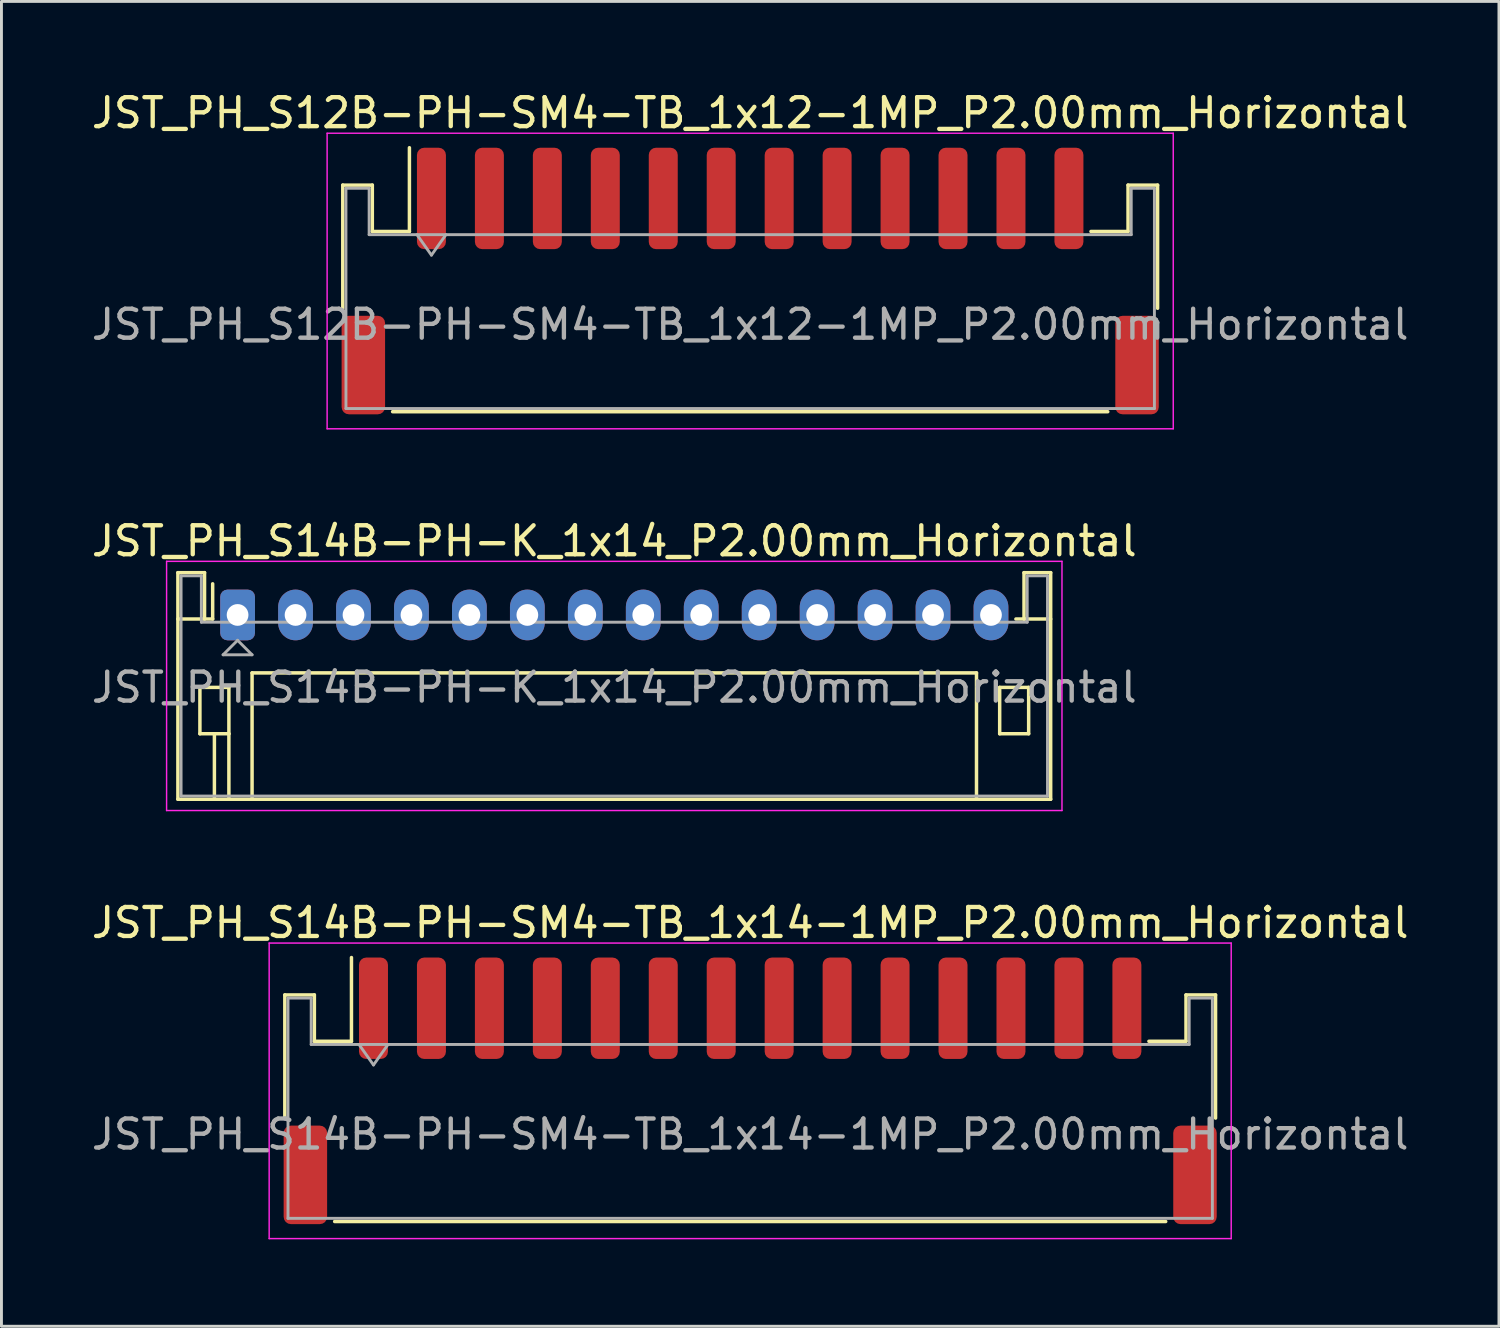
<source format=kicad_pcb>
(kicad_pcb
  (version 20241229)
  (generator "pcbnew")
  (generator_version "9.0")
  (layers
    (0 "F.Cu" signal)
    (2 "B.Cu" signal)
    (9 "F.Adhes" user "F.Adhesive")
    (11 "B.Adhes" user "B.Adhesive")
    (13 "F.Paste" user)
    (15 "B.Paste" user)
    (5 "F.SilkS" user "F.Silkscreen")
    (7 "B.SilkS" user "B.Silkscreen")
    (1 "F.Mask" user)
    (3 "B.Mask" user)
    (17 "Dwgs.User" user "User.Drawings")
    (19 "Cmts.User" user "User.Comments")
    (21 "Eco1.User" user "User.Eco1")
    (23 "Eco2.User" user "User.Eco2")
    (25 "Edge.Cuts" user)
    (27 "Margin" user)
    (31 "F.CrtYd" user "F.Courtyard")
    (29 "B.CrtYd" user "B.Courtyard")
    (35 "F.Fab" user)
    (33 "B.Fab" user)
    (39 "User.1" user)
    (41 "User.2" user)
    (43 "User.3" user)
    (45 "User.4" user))
  (footprint "JST_PH_S14B-PH-K_1x14_P2.00mm_Horizontal"
    (layer "F.Cu")
    (at 5.149 18.172)
    (property "Reference" "JST_PH_S14B-PH-K_1x14_P2.00mm_Horizontal" (at 13 -2.55 0) (layer "F.SilkS") (effects (font (size 1 1) (thickness 0.15))))
    (attr through_hole)
    (fp_line (start -2.06 -1.46) (end -2.06 6.36) (stroke (width 0.12) (type solid)) (layer "F.SilkS"))
    (fp_line (start -2.06 0.14) (end -1.14 0.14) (stroke (width 0.12) (type solid)) (layer "F.SilkS"))
    (fp_line (start -2.06 6.36) (end 28.06 6.36) (stroke (width 0.12) (type solid)) (layer "F.SilkS"))
    (fp_line (start -1.3 2.5) (end -1.3 4.1) (stroke (width 0.12) (type solid)) (layer "F.SilkS"))
    (fp_line (start -1.3 4.1) (end -0.3 4.1) (stroke (width 0.12) (type solid)) (layer "F.SilkS"))
    (fp_line (start -1.14 -1.46) (end -2.06 -1.46) (stroke (width 0.12) (type solid)) (layer "F.SilkS"))
    (fp_line (start -1.14 0.14) (end -1.14 -1.46) (stroke (width 0.12) (type solid)) (layer "F.SilkS"))
    (fp_line (start -0.86 0.14) (end -1.14 0.14) (stroke (width 0.12) (type solid)) (layer "F.SilkS"))
    (fp_line (start -0.86 0.14) (end -0.86 -1.075) (stroke (width 0.12) (type solid)) (layer "F.SilkS"))
    (fp_line (start -0.8 4.1) (end -0.8 6.36) (stroke (width 0.12) (type solid)) (layer "F.SilkS"))
    (fp_line (start -0.3 2.5) (end -1.3 2.5) (stroke (width 0.12) (type solid)) (layer "F.SilkS"))
    (fp_line (start -0.3 4.1) (end -0.3 2.5) (stroke (width 0.12) (type solid)) (layer "F.SilkS"))
    (fp_line (start -0.3 4.1) (end -0.3 6.36) (stroke (width 0.12) (type solid)) (layer "F.SilkS"))
    (fp_line (start 0.5 2) (end 25.5 2) (stroke (width 0.12) (type solid)) (layer "F.SilkS"))
    (fp_line (start 0.5 6.36) (end 0.5 2) (stroke (width 0.12) (type solid)) (layer "F.SilkS"))
    (fp_line (start 25.5 2) (end 25.5 6.36) (stroke (width 0.12) (type solid)) (layer "F.SilkS"))
    (fp_line (start 26.3 2.5) (end 27.3 2.5) (stroke (width 0.12) (type solid)) (layer "F.SilkS"))
    (fp_line (start 26.3 4.1) (end 26.3 2.5) (stroke (width 0.12) (type solid)) (layer "F.SilkS"))
    (fp_line (start 27.14 -1.46) (end 27.14 0.14) (stroke (width 0.12) (type solid)) (layer "F.SilkS"))
    (fp_line (start 27.14 0.14) (end 26.86 0.14) (stroke (width 0.12) (type solid)) (layer "F.SilkS"))
    (fp_line (start 27.3 2.5) (end 27.3 4.1) (stroke (width 0.12) (type solid)) (layer "F.SilkS"))
    (fp_line (start 27.3 4.1) (end 26.3 4.1) (stroke (width 0.12) (type solid)) (layer "F.SilkS"))
    (fp_line (start 28.06 -1.46) (end 27.14 -1.46) (stroke (width 0.12) (type solid)) (layer "F.SilkS"))
    (fp_line (start 28.06 0.14) (end 27.14 0.14) (stroke (width 0.12) (type solid)) (layer "F.SilkS"))
    (fp_line (start 28.06 6.36) (end 28.06 -1.46) (stroke (width 0.12) (type solid)) (layer "F.SilkS"))
    (fp_line (start -2.45 -1.85) (end -2.45 6.75) (stroke (width 0.05) (type solid)) (layer "F.CrtYd"))
    (fp_line (start -2.45 6.75) (end 28.45 6.75) (stroke (width 0.05) (type solid)) (layer "F.CrtYd"))
    (fp_line (start 28.45 -1.85) (end -2.45 -1.85) (stroke (width 0.05) (type solid)) (layer "F.CrtYd"))
    (fp_line (start 28.45 6.75) (end 28.45 -1.85) (stroke (width 0.05) (type solid)) (layer "F.CrtYd"))
    (fp_line (start -1.95 -1.35) (end -1.95 6.25) (stroke (width 0.1) (type solid)) (layer "F.Fab"))
    (fp_line (start -1.95 6.25) (end 27.95 6.25) (stroke (width 0.1) (type solid)) (layer "F.Fab"))
    (fp_line (start -1.25 -1.35) (end -1.95 -1.35) (stroke (width 0.1) (type solid)) (layer "F.Fab"))
    (fp_line (start -1.25 0.25) (end -1.25 -1.35) (stroke (width 0.1) (type solid)) (layer "F.Fab"))
    (fp_line (start -0.5 1.375) (end 0.5 1.375) (stroke (width 0.1) (type solid)) (layer "F.Fab"))
    (fp_line (start 0 0.875) (end -0.5 1.375) (stroke (width 0.1) (type solid)) (layer "F.Fab"))
    (fp_line (start 0.5 1.375) (end 0 0.875) (stroke (width 0.1) (type solid)) (layer "F.Fab"))
    (fp_line (start 27.25 -1.35) (end 27.25 0.25) (stroke (width 0.1) (type solid)) (layer "F.Fab"))
    (fp_line (start 27.25 0.25) (end -1.25 0.25) (stroke (width 0.1) (type solid)) (layer "F.Fab"))
    (fp_line (start 27.95 -1.35) (end 27.25 -1.35) (stroke (width 0.1) (type solid)) (layer "F.Fab"))
    (fp_line (start 27.95 6.25) (end 27.95 -1.35) (stroke (width 0.1) (type solid)) (layer "F.Fab"))
    (fp_text user "${REFERENCE}" (at 13 2.5 0) (layer "F.Fab") (effects (font (size 1 1) (thickness 0.15))))
    (pad "1" thru_hole roundrect (at 0 0) (size 1.2 1.75) (drill 0.75) (layers "*.Cu" "*.Mask") (roundrect_rratio 0.208))
    (pad "2" thru_hole oval (at 2 0) (size 1.2 1.75) (drill 0.75) (layers "*.Cu" "*.Mask"))
    (pad "3" thru_hole oval (at 4 0) (size 1.2 1.75) (drill 0.75) (layers "*.Cu" "*.Mask"))
    (pad "4" thru_hole oval (at 6 0) (size 1.2 1.75) (drill 0.75) (layers "*.Cu" "*.Mask"))
    (pad "5" thru_hole oval (at 8 0) (size 1.2 1.75) (drill 0.75) (layers "*.Cu" "*.Mask"))
    (pad "6" thru_hole oval (at 10 0) (size 1.2 1.75) (drill 0.75) (layers "*.Cu" "*.Mask"))
    (pad "7" thru_hole oval (at 12 0) (size 1.2 1.75) (drill 0.75) (layers "*.Cu" "*.Mask"))
    (pad "8" thru_hole oval (at 14 0) (size 1.2 1.75) (drill 0.75) (layers "*.Cu" "*.Mask"))
    (pad "9" thru_hole oval (at 16 0) (size 1.2 1.75) (drill 0.75) (layers "*.Cu" "*.Mask"))
    (pad "10" thru_hole oval (at 18 0) (size 1.2 1.75) (drill 0.75) (layers "*.Cu" "*.Mask"))
    (pad "11" thru_hole oval (at 20 0) (size 1.2 1.75) (drill 0.75) (layers "*.Cu" "*.Mask"))
    (pad "12" thru_hole oval (at 22 0) (size 1.2 1.75) (drill 0.75) (layers "*.Cu" "*.Mask"))
    (pad "13" thru_hole oval (at 24 0) (size 1.2 1.75) (drill 0.75) (layers "*.Cu" "*.Mask"))
    (pad "14" thru_hole oval (at 26 0) (size 1.2 1.75) (drill 0.75) (layers "*.Cu" "*.Mask")))
  (footprint "JST_PH_S12B-PH-SM4-TB_1x12-1MP_P2.00mm_Horizontal"
    (layer "F.Cu")
    (at 22.839 6.648)
    (property "Reference" "JST_PH_S12B-PH-SM4-TB_1x12-1MP_P2.00mm_Horizontal" (at 0 -5.8 0) (layer "F.SilkS") (effects (font (size 1 1) (thickness 0.15))))
    (attr smd)
    (fp_line (start -14.06 -3.31) (end -13.04 -3.31) (stroke (width 0.12) (type solid)) (layer "F.SilkS"))
    (fp_line (start -14.06 0.94) (end -14.06 -3.31) (stroke (width 0.12) (type solid)) (layer "F.SilkS"))
    (fp_line (start -13.04 -3.31) (end -13.04 -1.71) (stroke (width 0.12) (type solid)) (layer "F.SilkS"))
    (fp_line (start -13.04 -1.71) (end -11.76 -1.71) (stroke (width 0.12) (type solid)) (layer "F.SilkS"))
    (fp_line (start -12.34 4.51) (end 12.34 4.51) (stroke (width 0.12) (type solid)) (layer "F.SilkS"))
    (fp_line (start -11.76 -1.71) (end -11.76 -4.6) (stroke (width 0.12) (type solid)) (layer "F.SilkS"))
    (fp_line (start 13.04 -3.31) (end 13.04 -1.71) (stroke (width 0.12) (type solid)) (layer "F.SilkS"))
    (fp_line (start 13.04 -1.71) (end 11.76 -1.71) (stroke (width 0.12) (type solid)) (layer "F.SilkS"))
    (fp_line (start 14.06 -3.31) (end 13.04 -3.31) (stroke (width 0.12) (type solid)) (layer "F.SilkS"))
    (fp_line (start 14.06 0.94) (end 14.06 -3.31) (stroke (width 0.12) (type solid)) (layer "F.SilkS"))
    (fp_line (start -14.6 -5.1) (end -14.6 5.1) (stroke (width 0.05) (type solid)) (layer "F.CrtYd"))
    (fp_line (start -14.6 5.1) (end 14.6 5.1) (stroke (width 0.05) (type solid)) (layer "F.CrtYd"))
    (fp_line (start 14.6 -5.1) (end -14.6 -5.1) (stroke (width 0.05) (type solid)) (layer "F.CrtYd"))
    (fp_line (start 14.6 5.1) (end 14.6 -5.1) (stroke (width 0.05) (type solid)) (layer "F.CrtYd"))
    (fp_line (start -13.95 -3.2) (end -13.95 4.4) (stroke (width 0.1) (type solid)) (layer "F.Fab"))
    (fp_line (start -13.95 -3.2) (end -13.15 -3.2) (stroke (width 0.1) (type solid)) (layer "F.Fab"))
    (fp_line (start -13.95 4.4) (end 13.95 4.4) (stroke (width 0.1) (type solid)) (layer "F.Fab"))
    (fp_line (start -13.15 -3.2) (end -13.15 -1.6) (stroke (width 0.1) (type solid)) (layer "F.Fab"))
    (fp_line (start -13.15 -1.6) (end 13.15 -1.6) (stroke (width 0.1) (type solid)) (layer "F.Fab"))
    (fp_line (start -11.5 -1.6) (end -11 -0.893) (stroke (width 0.1) (type solid)) (layer "F.Fab"))
    (fp_line (start -11 -0.893) (end -10.5 -1.6) (stroke (width 0.1) (type solid)) (layer "F.Fab"))
    (fp_line (start 13.15 -3.2) (end 13.95 -3.2) (stroke (width 0.1) (type solid)) (layer "F.Fab"))
    (fp_line (start 13.15 -1.6) (end 13.15 -3.2) (stroke (width 0.1) (type solid)) (layer "F.Fab"))
    (fp_line (start 13.95 -3.2) (end 13.95 4.4) (stroke (width 0.1) (type solid)) (layer "F.Fab"))
    (fp_text user "${REFERENCE}" (at 0 1.5 0) (layer "F.Fab") (effects (font (size 1 1) (thickness 0.15))))
    (pad "1" smd roundrect (at -11 -2.85) (size 1 3.5) (layers "F.Cu" "F.Mask" "F.Paste") (roundrect_rratio 0.25))
    (pad "2" smd roundrect (at -9 -2.85) (size 1 3.5) (layers "F.Cu" "F.Mask" "F.Paste") (roundrect_rratio 0.25))
    (pad "3" smd roundrect (at -7 -2.85) (size 1 3.5) (layers "F.Cu" "F.Mask" "F.Paste") (roundrect_rratio 0.25))
    (pad "4" smd roundrect (at -5 -2.85) (size 1 3.5) (layers "F.Cu" "F.Mask" "F.Paste") (roundrect_rratio 0.25))
    (pad "5" smd roundrect (at -3 -2.85) (size 1 3.5) (layers "F.Cu" "F.Mask" "F.Paste") (roundrect_rratio 0.25))
    (pad "6" smd roundrect (at -1 -2.85) (size 1 3.5) (layers "F.Cu" "F.Mask" "F.Paste") (roundrect_rratio 0.25))
    (pad "7" smd roundrect (at 1 -2.85) (size 1 3.5) (layers "F.Cu" "F.Mask" "F.Paste") (roundrect_rratio 0.25))
    (pad "8" smd roundrect (at 3 -2.85) (size 1 3.5) (layers "F.Cu" "F.Mask" "F.Paste") (roundrect_rratio 0.25))
    (pad "9" smd roundrect (at 5 -2.85) (size 1 3.5) (layers "F.Cu" "F.Mask" "F.Paste") (roundrect_rratio 0.25))
    (pad "10" smd roundrect (at 7 -2.85) (size 1 3.5) (layers "F.Cu" "F.Mask" "F.Paste") (roundrect_rratio 0.25))
    (pad "11" smd roundrect (at 9 -2.85) (size 1 3.5) (layers "F.Cu" "F.Mask" "F.Paste") (roundrect_rratio 0.25))
    (pad "12" smd roundrect (at 11 -2.85) (size 1 3.5) (layers "F.Cu" "F.Mask" "F.Paste") (roundrect_rratio 0.25))
    (pad "MP" smd roundrect (at -13.35 2.9) (size 1.5 3.4) (layers "F.Cu" "F.Mask" "F.Paste") (roundrect_rratio 0.167))
    (pad "MP" smd roundrect (at 13.35 2.9) (size 1.5 3.4) (layers "F.Cu" "F.Mask" "F.Paste") (roundrect_rratio 0.167)))
  (footprint "JST_PH_S14B-PH-SM4-TB_1x14-1MP_P2.00mm_Horizontal"
    (layer "F.Cu")
    (at 22.839 34.595)
    (property "Reference" "JST_PH_S14B-PH-SM4-TB_1x14-1MP_P2.00mm_Horizontal" (at 0 -5.8 0) (layer "F.SilkS") (effects (font (size 1 1) (thickness 0.15))))
    (attr smd)
    (fp_line (start -16.06 -3.31) (end -15.04 -3.31) (stroke (width 0.12) (type solid)) (layer "F.SilkS"))
    (fp_line (start -16.06 0.94) (end -16.06 -3.31) (stroke (width 0.12) (type solid)) (layer "F.SilkS"))
    (fp_line (start -15.04 -3.31) (end -15.04 -1.71) (stroke (width 0.12) (type solid)) (layer "F.SilkS"))
    (fp_line (start -15.04 -1.71) (end -13.76 -1.71) (stroke (width 0.12) (type solid)) (layer "F.SilkS"))
    (fp_line (start -14.34 4.51) (end 14.34 4.51) (stroke (width 0.12) (type solid)) (layer "F.SilkS"))
    (fp_line (start -13.76 -1.71) (end -13.76 -4.6) (stroke (width 0.12) (type solid)) (layer "F.SilkS"))
    (fp_line (start 15.04 -3.31) (end 15.04 -1.71) (stroke (width 0.12) (type solid)) (layer "F.SilkS"))
    (fp_line (start 15.04 -1.71) (end 13.76 -1.71) (stroke (width 0.12) (type solid)) (layer "F.SilkS"))
    (fp_line (start 16.06 -3.31) (end 15.04 -3.31) (stroke (width 0.12) (type solid)) (layer "F.SilkS"))
    (fp_line (start 16.06 0.94) (end 16.06 -3.31) (stroke (width 0.12) (type solid)) (layer "F.SilkS"))
    (fp_line (start -16.6 -5.1) (end -16.6 5.1) (stroke (width 0.05) (type solid)) (layer "F.CrtYd"))
    (fp_line (start -16.6 5.1) (end 16.6 5.1) (stroke (width 0.05) (type solid)) (layer "F.CrtYd"))
    (fp_line (start 16.6 -5.1) (end -16.6 -5.1) (stroke (width 0.05) (type solid)) (layer "F.CrtYd"))
    (fp_line (start 16.6 5.1) (end 16.6 -5.1) (stroke (width 0.05) (type solid)) (layer "F.CrtYd"))
    (fp_line (start -15.95 -3.2) (end -15.95 4.4) (stroke (width 0.1) (type solid)) (layer "F.Fab"))
    (fp_line (start -15.95 -3.2) (end -15.15 -3.2) (stroke (width 0.1) (type solid)) (layer "F.Fab"))
    (fp_line (start -15.95 4.4) (end 15.95 4.4) (stroke (width 0.1) (type solid)) (layer "F.Fab"))
    (fp_line (start -15.15 -3.2) (end -15.15 -1.6) (stroke (width 0.1) (type solid)) (layer "F.Fab"))
    (fp_line (start -15.15 -1.6) (end 15.15 -1.6) (stroke (width 0.1) (type solid)) (layer "F.Fab"))
    (fp_line (start -13.5 -1.6) (end -13 -0.893) (stroke (width 0.1) (type solid)) (layer "F.Fab"))
    (fp_line (start -13 -0.893) (end -12.5 -1.6) (stroke (width 0.1) (type solid)) (layer "F.Fab"))
    (fp_line (start 15.15 -3.2) (end 15.95 -3.2) (stroke (width 0.1) (type solid)) (layer "F.Fab"))
    (fp_line (start 15.15 -1.6) (end 15.15 -3.2) (stroke (width 0.1) (type solid)) (layer "F.Fab"))
    (fp_line (start 15.95 -3.2) (end 15.95 4.4) (stroke (width 0.1) (type solid)) (layer "F.Fab"))
    (fp_text user "${REFERENCE}" (at 0 1.5 0) (layer "F.Fab") (effects (font (size 1 1) (thickness 0.15))))
    (pad "1" smd roundrect (at -13 -2.85) (size 1 3.5) (layers "F.Cu" "F.Mask" "F.Paste") (roundrect_rratio 0.25))
    (pad "2" smd roundrect (at -11 -2.85) (size 1 3.5) (layers "F.Cu" "F.Mask" "F.Paste") (roundrect_rratio 0.25))
    (pad "3" smd roundrect (at -9 -2.85) (size 1 3.5) (layers "F.Cu" "F.Mask" "F.Paste") (roundrect_rratio 0.25))
    (pad "4" smd roundrect (at -7 -2.85) (size 1 3.5) (layers "F.Cu" "F.Mask" "F.Paste") (roundrect_rratio 0.25))
    (pad "5" smd roundrect (at -5 -2.85) (size 1 3.5) (layers "F.Cu" "F.Mask" "F.Paste") (roundrect_rratio 0.25))
    (pad "6" smd roundrect (at -3 -2.85) (size 1 3.5) (layers "F.Cu" "F.Mask" "F.Paste") (roundrect_rratio 0.25))
    (pad "7" smd roundrect (at -1 -2.85) (size 1 3.5) (layers "F.Cu" "F.Mask" "F.Paste") (roundrect_rratio 0.25))
    (pad "8" smd roundrect (at 1 -2.85) (size 1 3.5) (layers "F.Cu" "F.Mask" "F.Paste") (roundrect_rratio 0.25))
    (pad "9" smd roundrect (at 3 -2.85) (size 1 3.5) (layers "F.Cu" "F.Mask" "F.Paste") (roundrect_rratio 0.25))
    (pad "10" smd roundrect (at 5 -2.85) (size 1 3.5) (layers "F.Cu" "F.Mask" "F.Paste") (roundrect_rratio 0.25))
    (pad "11" smd roundrect (at 7 -2.85) (size 1 3.5) (layers "F.Cu" "F.Mask" "F.Paste") (roundrect_rratio 0.25))
    (pad "12" smd roundrect (at 9 -2.85) (size 1 3.5) (layers "F.Cu" "F.Mask" "F.Paste") (roundrect_rratio 0.25))
    (pad "13" smd roundrect (at 11 -2.85) (size 1 3.5) (layers "F.Cu" "F.Mask" "F.Paste") (roundrect_rratio 0.25))
    (pad "14" smd roundrect (at 13 -2.85) (size 1 3.5) (layers "F.Cu" "F.Mask" "F.Paste") (roundrect_rratio 0.25))
    (pad "MP" smd roundrect (at -15.35 2.9) (size 1.5 3.4) (layers "F.Cu" "F.Mask" "F.Paste") (roundrect_rratio 0.167))
    (pad "MP" smd roundrect (at 15.35 2.9) (size 1.5 3.4) (layers "F.Cu" "F.Mask" "F.Paste") (roundrect_rratio 0.167)))
  (gr_rect
    (start -3 -3)
    (end 48.679 42.72)
    (stroke (width 0.1) (type default))
    (fill no)
    (layer "Edge.Cuts")))
</source>
